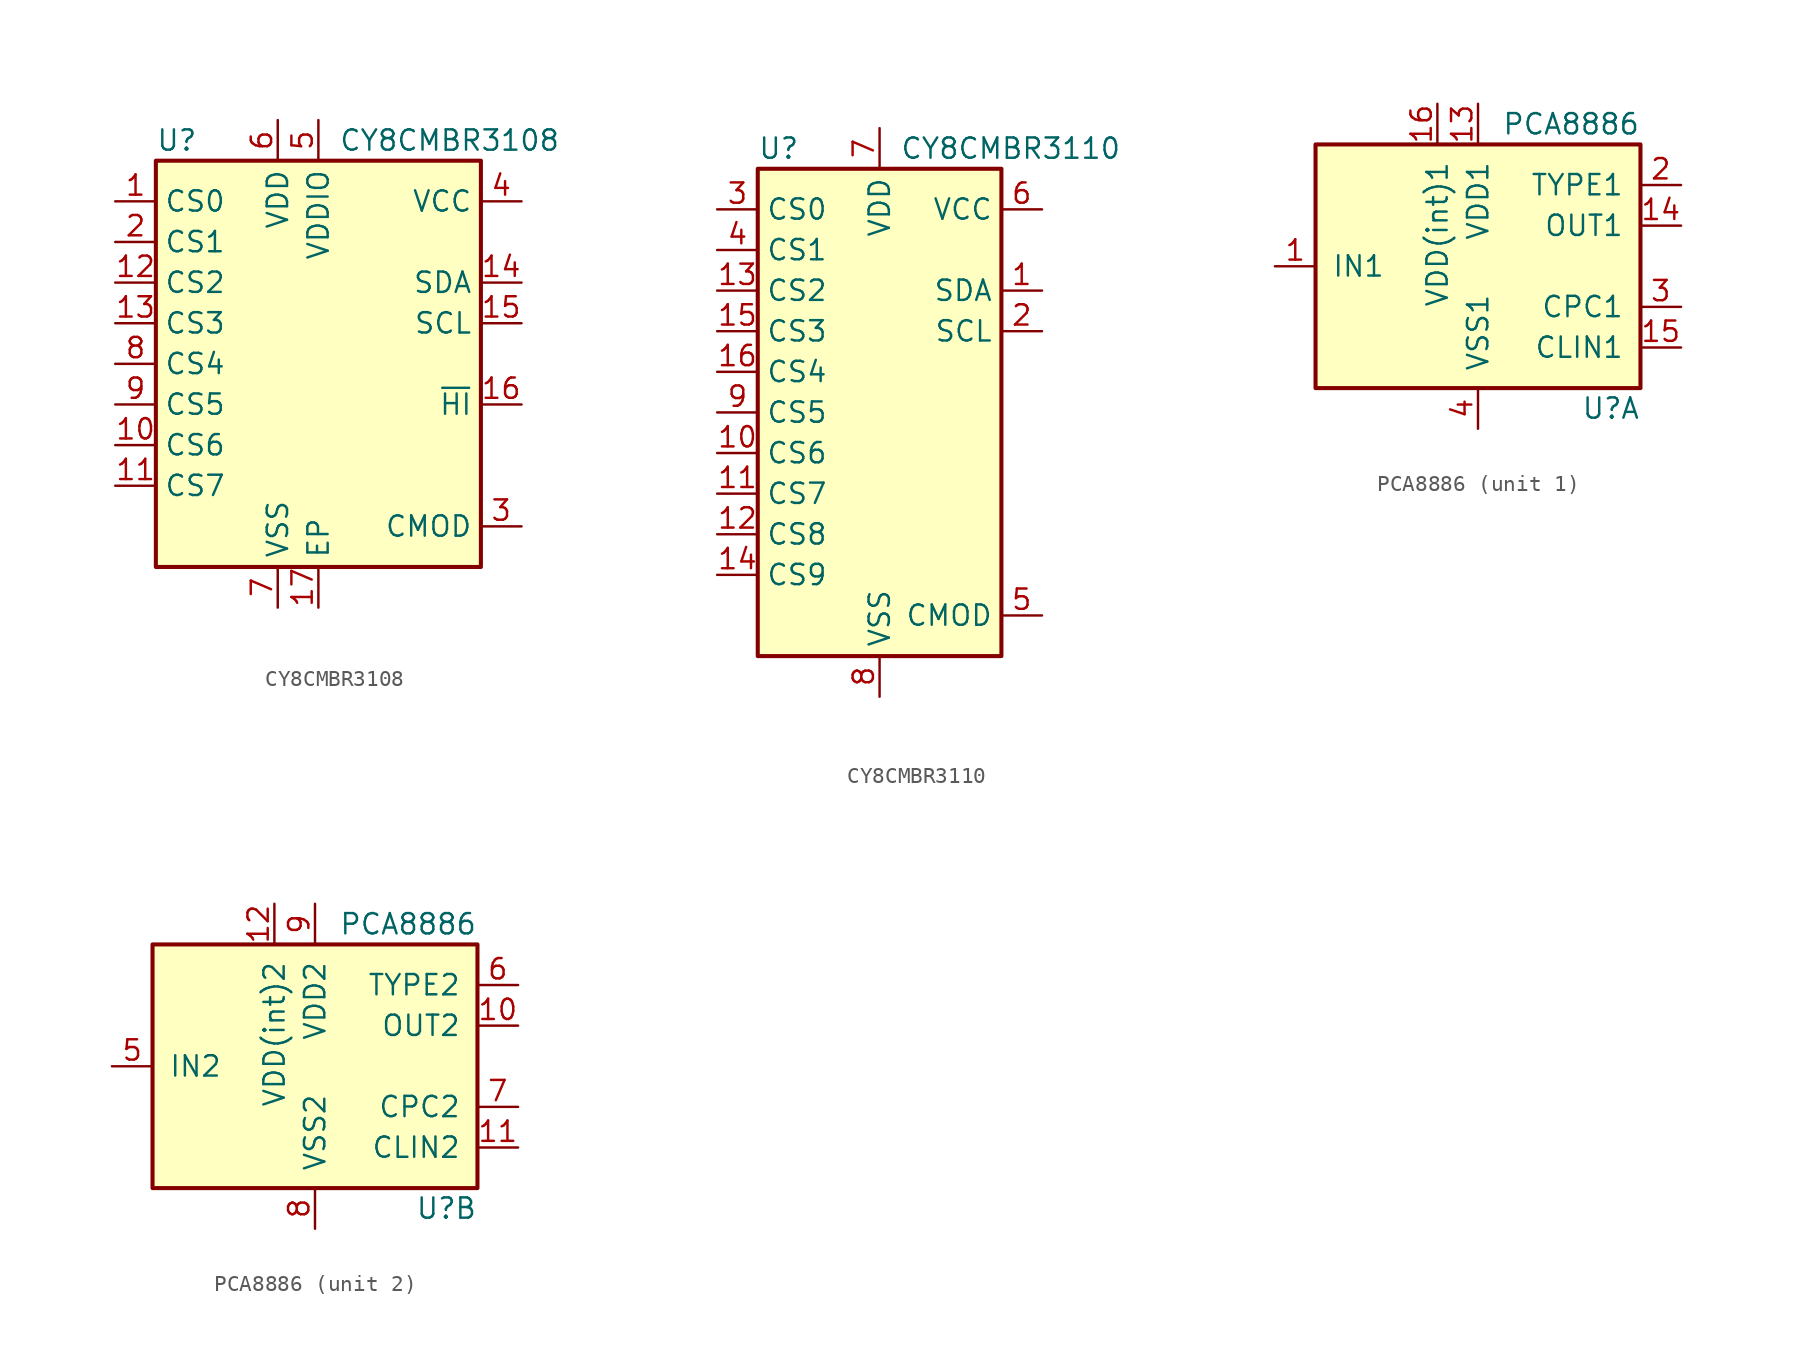
<source format=kicad_sym>
(kicad_symbol_lib
  (version 20211014)
  (generator kicad_symbol_editor)
  (symbol "CY8CMBR3108"
    (property "Reference" "U"
      (at -10.16 13.97 0)
      (effects (font (size 1.27 1.27)) (justify left)))
    (property "Value" "CY8CMBR3108"
      (at 1.27 13.97 0)
      (effects (font (size 1.27 1.27)) (justify left)))
    (symbol "CY8CMBR3108_0_1"
      (rectangle (start -10.16 12.7) (end 10.16 -12.7) (stroke (width 0.254) (type default) (color 0 0 0 0)) (fill (type background))))
    (symbol "CY8CMBR3108_1_1"
      (pin passive line (at -12.7 10.16 0) (length 2.54) (name "CS0" (effects (font (size 1.27 1.27)))) (number "1" (effects (font (size 1.27 1.27)))))
      (pin passive line (at -12.7 -5.08 0) (length 2.54) (name "CS6" (effects (font (size 1.27 1.27)))) (number "10" (effects (font (size 1.27 1.27)))))
      (pin passive line (at -12.7 -7.62 0) (length 2.54) (name "CS7" (effects (font (size 1.27 1.27)))) (number "11" (effects (font (size 1.27 1.27)))))
      (pin passive line (at -12.7 5.08 0) (length 2.54) (name "CS2" (effects (font (size 1.27 1.27)))) (number "12" (effects (font (size 1.27 1.27)))))
      (pin passive line (at -12.7 2.54 0) (length 2.54) (name "CS3" (effects (font (size 1.27 1.27)))) (number "13" (effects (font (size 1.27 1.27)))))
      (pin bidirectional line (at 12.7 5.08 180) (length 2.54) (name "SDA" (effects (font (size 1.27 1.27)))) (number "14" (effects (font (size 1.27 1.27)))))
      (pin input line (at 12.7 2.54 180) (length 2.54) (name "SCL" (effects (font (size 1.27 1.27)))) (number "15" (effects (font (size 1.27 1.27)))))
      (pin bidirectional line (at 12.7 -2.54 180) (length 2.54) (name "~{HI}" (effects (font (size 1.27 1.27)))) (number "16" (effects (font (size 1.27 1.27)))))
      (pin passive line (at 0 -15.24 90) (length 2.54) (name "EP" (effects (font (size 1.27 1.27)))) (number "17" (effects (font (size 1.27 1.27)))))
      (pin passive line (at -12.7 7.62 0) (length 2.54) (name "CS1" (effects (font (size 1.27 1.27)))) (number "2" (effects (font (size 1.27 1.27)))))
      (pin passive line (at 12.7 -10.16 180) (length 2.54) (name "CMOD" (effects (font (size 1.27 1.27)))) (number "3" (effects (font (size 1.27 1.27)))))
      (pin passive line (at 12.7 10.16 180) (length 2.54) (name "VCC" (effects (font (size 1.27 1.27)))) (number "4" (effects (font (size 1.27 1.27)))))
      (pin power_in line (at 0 15.24 270) (length 2.54) (name "VDDIO" (effects (font (size 1.27 1.27)))) (number "5" (effects (font (size 1.27 1.27)))))
      (pin power_in line (at -2.54 15.24 270) (length 2.54) (name "VDD" (effects (font (size 1.27 1.27)))) (number "6" (effects (font (size 1.27 1.27)))))
      (pin power_in line (at -2.54 -15.24 90) (length 2.54) (name "VSS" (effects (font (size 1.27 1.27)))) (number "7" (effects (font (size 1.27 1.27)))))
      (pin passive line (at -12.7 0 0) (length 2.54) (name "CS4" (effects (font (size 1.27 1.27)))) (number "8" (effects (font (size 1.27 1.27)))))
      (pin passive line (at -12.7 -2.54 0) (length 2.54) (name "CS5" (effects (font (size 1.27 1.27)))) (number "9" (effects (font (size 1.27 1.27)))))))
  (symbol "CY8CMBR3110"
    (property "Reference" "U"
      (at -7.62 16.51 0)
      (effects (font (size 1.27 1.27)) (justify left)))
    (property "Value" "CY8CMBR3110"
      (at 1.27 16.51 0)
      (effects (font (size 1.27 1.27)) (justify left)))
    (symbol "CY8CMBR3110_0_1"
      (rectangle (start -7.62 15.24) (end 7.62 -15.24) (stroke (width 0.254) (type default) (color 0 0 0 0)) (fill (type background))))
    (symbol "CY8CMBR3110_1_1"
      (pin bidirectional line (at 10.16 7.62 180) (length 2.54) (name "SDA" (effects (font (size 1.27 1.27)))) (number "1" (effects (font (size 1.27 1.27)))))
      (pin passive line (at -10.16 -2.54 0) (length 2.54) (name "CS6" (effects (font (size 1.27 1.27)))) (number "10" (effects (font (size 1.27 1.27)))))
      (pin passive line (at -10.16 -5.08 0) (length 2.54) (name "CS7" (effects (font (size 1.27 1.27)))) (number "11" (effects (font (size 1.27 1.27)))))
      (pin passive line (at -10.16 -7.62 0) (length 2.54) (name "CS8" (effects (font (size 1.27 1.27)))) (number "12" (effects (font (size 1.27 1.27)))))
      (pin passive line (at -10.16 7.62 0) (length 2.54) (name "CS2" (effects (font (size 1.27 1.27)))) (number "13" (effects (font (size 1.27 1.27)))))
      (pin passive line (at -10.16 -10.16 0) (length 2.54) (name "CS9" (effects (font (size 1.27 1.27)))) (number "14" (effects (font (size 1.27 1.27)))))
      (pin passive line (at -10.16 5.08 0) (length 2.54) (name "CS3" (effects (font (size 1.27 1.27)))) (number "15" (effects (font (size 1.27 1.27)))))
      (pin passive line (at -10.16 2.54 0) (length 2.54) (name "CS4" (effects (font (size 1.27 1.27)))) (number "16" (effects (font (size 1.27 1.27)))))
      (pin input line (at 10.16 5.08 180) (length 2.54) (name "SCL" (effects (font (size 1.27 1.27)))) (number "2" (effects (font (size 1.27 1.27)))))
      (pin passive line (at -10.16 12.7 0) (length 2.54) (name "CS0" (effects (font (size 1.27 1.27)))) (number "3" (effects (font (size 1.27 1.27)))))
      (pin passive line (at -10.16 10.16 0) (length 2.54) (name "CS1" (effects (font (size 1.27 1.27)))) (number "4" (effects (font (size 1.27 1.27)))))
      (pin passive line (at 10.16 -12.7 180) (length 2.54) (name "CMOD" (effects (font (size 1.27 1.27)))) (number "5" (effects (font (size 1.27 1.27)))))
      (pin passive line (at 10.16 12.7 180) (length 2.54) (name "VCC" (effects (font (size 1.27 1.27)))) (number "6" (effects (font (size 1.27 1.27)))))
      (pin power_in line (at 0 17.78 270) (length 2.54) (name "VDD" (effects (font (size 1.27 1.27)))) (number "7" (effects (font (size 1.27 1.27)))))
      (pin power_in line (at 0 -17.78 90) (length 2.54) (name "VSS" (effects (font (size 1.27 1.27)))) (number "8" (effects (font (size 1.27 1.27)))))
      (pin passive line (at -10.16 0 0) (length 2.54) (name "CS5" (effects (font (size 1.27 1.27)))) (number "9" (effects (font (size 1.27 1.27)))))))
  (symbol "PCA8886"
    (pin_names
      (offset 1.016))
    (property "Reference" "U"
      (at 10.16 -8.89 0)
      (effects (font (size 1.27 1.27)) (justify right)))
    (property "Value" "PCA8886"
      (at 10.16 8.89 0)
      (effects (font (size 1.27 1.27)) (justify right)))
    (property "ki_locked" ""
      (at 0 0 0)
      (effects (font (size 1.27 1.27))))
    (symbol "PCA8886_0_1"
      (rectangle (start 10.16 -7.62) (end -10.16 7.62) (stroke (width 0.254) (type default) (color 0 0 0 0)) (fill (type background))))
    (symbol "PCA8886_1_1"
      (pin input line (at -12.7 0 0) (length 2.54) (name "IN1" (effects (font (size 1.27 1.27)))) (number "1" (effects (font (size 1.27 1.27)))))
      (pin power_in line (at 0 10.16 270) (length 2.54) (name "VDD1" (effects (font (size 1.27 1.27)))) (number "13" (effects (font (size 1.27 1.27)))))
      (pin output line (at 12.7 2.54 180) (length 2.54) (name "OUT1" (effects (font (size 1.27 1.27)))) (number "14" (effects (font (size 1.27 1.27)))))
      (pin bidirectional line (at 12.7 -5.08 180) (length 2.54) (name "CLIN1" (effects (font (size 1.27 1.27)))) (number "15" (effects (font (size 1.27 1.27)))))
      (pin power_out line (at -2.54 10.16 270) (length 2.54) (name "VDD(int)1" (effects (font (size 1.27 1.27)))) (number "16" (effects (font (size 1.27 1.27)))))
      (pin input line (at 12.7 5.08 180) (length 2.54) (name "TYPE1" (effects (font (size 1.27 1.27)))) (number "2" (effects (font (size 1.27 1.27)))))
      (pin bidirectional line (at 12.7 -2.54 180) (length 2.54) (name "CPC1" (effects (font (size 1.27 1.27)))) (number "3" (effects (font (size 1.27 1.27)))))
      (pin power_in line (at 0 -10.16 90) (length 2.54) (name "VSS1" (effects (font (size 1.27 1.27)))) (number "4" (effects (font (size 1.27 1.27))))))
    (symbol "PCA8886_2_1"
      (pin output line (at 12.7 2.54 180) (length 2.54) (name "OUT2" (effects (font (size 1.27 1.27)))) (number "10" (effects (font (size 1.27 1.27)))))
      (pin bidirectional line (at 12.7 -5.08 180) (length 2.54) (name "CLIN2" (effects (font (size 1.27 1.27)))) (number "11" (effects (font (size 1.27 1.27)))))
      (pin power_out line (at -2.54 10.16 270) (length 2.54) (name "VDD(int)2" (effects (font (size 1.27 1.27)))) (number "12" (effects (font (size 1.27 1.27)))))
      (pin input line (at -12.7 0 0) (length 2.54) (name "IN2" (effects (font (size 1.27 1.27)))) (number "5" (effects (font (size 1.27 1.27)))))
      (pin input line (at 12.7 5.08 180) (length 2.54) (name "TYPE2" (effects (font (size 1.27 1.27)))) (number "6" (effects (font (size 1.27 1.27)))))
      (pin bidirectional line (at 12.7 -2.54 180) (length 2.54) (name "CPC2" (effects (font (size 1.27 1.27)))) (number "7" (effects (font (size 1.27 1.27)))))
      (pin power_in line (at 0 -10.16 90) (length 2.54) (name "VSS2" (effects (font (size 1.27 1.27)))) (number "8" (effects (font (size 1.27 1.27)))))
      (pin power_in line (at 0 10.16 270) (length 2.54) (name "VDD2" (effects (font (size 1.27 1.27)))) (number "9" (effects (font (size 1.27 1.27))))))))
</source>
